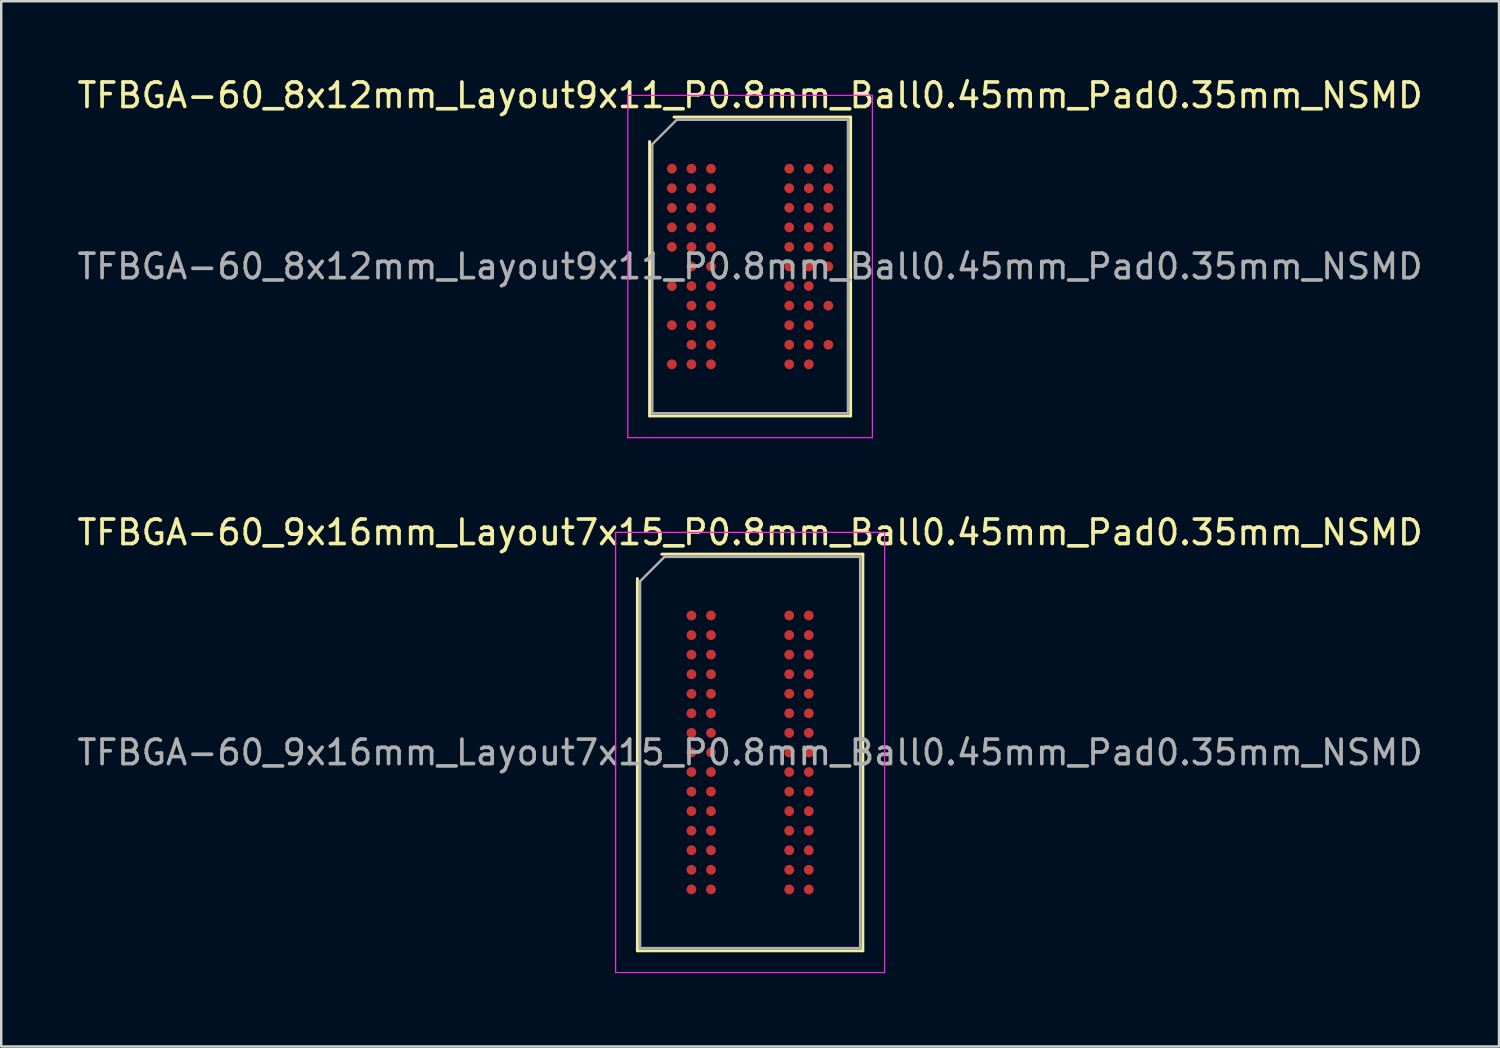
<source format=kicad_pcb>
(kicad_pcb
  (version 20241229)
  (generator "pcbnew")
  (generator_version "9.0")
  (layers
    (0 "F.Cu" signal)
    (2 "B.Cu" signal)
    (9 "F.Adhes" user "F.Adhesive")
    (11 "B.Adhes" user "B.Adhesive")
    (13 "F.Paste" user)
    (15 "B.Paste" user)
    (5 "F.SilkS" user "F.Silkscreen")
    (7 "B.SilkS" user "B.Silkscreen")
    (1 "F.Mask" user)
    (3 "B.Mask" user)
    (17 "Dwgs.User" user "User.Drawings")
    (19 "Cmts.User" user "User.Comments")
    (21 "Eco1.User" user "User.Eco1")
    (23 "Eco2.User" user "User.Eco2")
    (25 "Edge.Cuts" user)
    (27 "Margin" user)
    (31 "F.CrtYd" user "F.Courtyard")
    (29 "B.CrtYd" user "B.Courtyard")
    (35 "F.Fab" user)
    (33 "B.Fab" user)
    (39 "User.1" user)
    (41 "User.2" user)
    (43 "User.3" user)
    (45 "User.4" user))
  (footprint "TFBGA-60_9x16mm_Layout7x15_P0.8mm_Ball0.45mm_Pad0.35mm_NSMD"
    (layer "F.Cu")
    (at 27.625 27.721)
    (property "Reference" "TFBGA-60_9x16mm_Layout7x15_P0.8mm_Ball0.45mm_Pad0.35mm_NSMD" (at 0 -9 0) (layer "F.SilkS") (effects (font (size 1 1) (thickness 0.15))))
    (attr smd)
    (fp_line (start -4.61 8.11) (end -4.61 -7.11) (stroke (width 0.12) (type solid)) (layer "F.SilkS"))
    (fp_line (start -3.61 -8.11) (end 4.61 -8.11) (stroke (width 0.12) (type solid)) (layer "F.SilkS"))
    (fp_line (start 4.61 -8.11) (end 4.61 8.11) (stroke (width 0.12) (type solid)) (layer "F.SilkS"))
    (fp_line (start 4.61 8.11) (end -4.61 8.11) (stroke (width 0.12) (type solid)) (layer "F.SilkS"))
    (fp_line (start -5.5 -9) (end -5.5 9) (stroke (width 0.05) (type solid)) (layer "F.CrtYd"))
    (fp_line (start -5.5 9) (end 5.5 9) (stroke (width 0.05) (type solid)) (layer "F.CrtYd"))
    (fp_line (start 5.5 -9) (end -5.5 -9) (stroke (width 0.05) (type solid)) (layer "F.CrtYd"))
    (fp_line (start 5.5 9) (end 5.5 -9) (stroke (width 0.05) (type solid)) (layer "F.CrtYd"))
    (fp_line (start -4.5 -7) (end -3.5 -8) (stroke (width 0.1) (type solid)) (layer "F.Fab"))
    (fp_line (start -4.5 8) (end -4.5 -7) (stroke (width 0.1) (type solid)) (layer "F.Fab"))
    (fp_line (start -3.5 -8) (end 4.5 -8) (stroke (width 0.1) (type solid)) (layer "F.Fab"))
    (fp_line (start 4.5 -8) (end 4.5 8) (stroke (width 0.1) (type solid)) (layer "F.Fab"))
    (fp_line (start 4.5 8) (end -4.5 8) (stroke (width 0.1) (type solid)) (layer "F.Fab"))
    (fp_text user "${REFERENCE}" (at 0 0 0) (layer "F.Fab") (effects (font (size 1 1) (thickness 0.15))))
    (pad "A1" smd circle (at -2.4 -5.6) (size 0.4 0.4) (layers "F.Cu" "F.Mask" "F.Paste"))
    (pad "A2" smd circle (at -1.6 -5.6) (size 0.4 0.4) (layers "F.Cu" "F.Mask" "F.Paste"))
    (pad "A6" smd circle (at 1.6 -5.6) (size 0.4 0.4) (layers "F.Cu" "F.Mask" "F.Paste"))
    (pad "A7" smd circle (at 2.4 -5.6) (size 0.4 0.4) (layers "F.Cu" "F.Mask" "F.Paste"))
    (pad "B1" smd circle (at -2.4 -4.8) (size 0.4 0.4) (layers "F.Cu" "F.Mask" "F.Paste"))
    (pad "B2" smd circle (at -1.6 -4.8) (size 0.4 0.4) (layers "F.Cu" "F.Mask" "F.Paste"))
    (pad "B6" smd circle (at 1.6 -4.8) (size 0.4 0.4) (layers "F.Cu" "F.Mask" "F.Paste"))
    (pad "B7" smd circle (at 2.4 -4.8) (size 0.4 0.4) (layers "F.Cu" "F.Mask" "F.Paste"))
    (pad "C1" smd circle (at -2.4 -4) (size 0.4 0.4) (layers "F.Cu" "F.Mask" "F.Paste"))
    (pad "C2" smd circle (at -1.6 -4) (size 0.4 0.4) (layers "F.Cu" "F.Mask" "F.Paste"))
    (pad "C6" smd circle (at 1.6 -4) (size 0.4 0.4) (layers "F.Cu" "F.Mask" "F.Paste"))
    (pad "C7" smd circle (at 2.4 -4) (size 0.4 0.4) (layers "F.Cu" "F.Mask" "F.Paste"))
    (pad "D1" smd circle (at -2.4 -3.2) (size 0.4 0.4) (layers "F.Cu" "F.Mask" "F.Paste"))
    (pad "D2" smd circle (at -1.6 -3.2) (size 0.4 0.4) (layers "F.Cu" "F.Mask" "F.Paste"))
    (pad "D6" smd circle (at 1.6 -3.2) (size 0.4 0.4) (layers "F.Cu" "F.Mask" "F.Paste"))
    (pad "D7" smd circle (at 2.4 -3.2) (size 0.4 0.4) (layers "F.Cu" "F.Mask" "F.Paste"))
    (pad "E1" smd circle (at -2.4 -2.4) (size 0.4 0.4) (layers "F.Cu" "F.Mask" "F.Paste"))
    (pad "E2" smd circle (at -1.6 -2.4) (size 0.4 0.4) (layers "F.Cu" "F.Mask" "F.Paste"))
    (pad "E6" smd circle (at 1.6 -2.4) (size 0.4 0.4) (layers "F.Cu" "F.Mask" "F.Paste"))
    (pad "E7" smd circle (at 2.4 -2.4) (size 0.4 0.4) (layers "F.Cu" "F.Mask" "F.Paste"))
    (pad "F1" smd circle (at -2.4 -1.6) (size 0.4 0.4) (layers "F.Cu" "F.Mask" "F.Paste"))
    (pad "F2" smd circle (at -1.6 -1.6) (size 0.4 0.4) (layers "F.Cu" "F.Mask" "F.Paste"))
    (pad "F6" smd circle (at 1.6 -1.6) (size 0.4 0.4) (layers "F.Cu" "F.Mask" "F.Paste"))
    (pad "F7" smd circle (at 2.4 -1.6) (size 0.4 0.4) (layers "F.Cu" "F.Mask" "F.Paste"))
    (pad "G1" smd circle (at -2.4 -0.8) (size 0.4 0.4) (layers "F.Cu" "F.Mask" "F.Paste"))
    (pad "G2" smd circle (at -1.6 -0.8) (size 0.4 0.4) (layers "F.Cu" "F.Mask" "F.Paste"))
    (pad "G6" smd circle (at 1.6 -0.8) (size 0.4 0.4) (layers "F.Cu" "F.Mask" "F.Paste"))
    (pad "G7" smd circle (at 2.4 -0.8) (size 0.4 0.4) (layers "F.Cu" "F.Mask" "F.Paste"))
    (pad "H1" smd circle (at -2.4 0) (size 0.4 0.4) (layers "F.Cu" "F.Mask" "F.Paste"))
    (pad "H2" smd circle (at -1.6 0) (size 0.4 0.4) (layers "F.Cu" "F.Mask" "F.Paste"))
    (pad "H6" smd circle (at 1.6 0) (size 0.4 0.4) (layers "F.Cu" "F.Mask" "F.Paste"))
    (pad "H7" smd circle (at 2.4 0) (size 0.4 0.4) (layers "F.Cu" "F.Mask" "F.Paste"))
    (pad "J1" smd circle (at -2.4 0.8) (size 0.4 0.4) (layers "F.Cu" "F.Mask" "F.Paste"))
    (pad "J2" smd circle (at -1.6 0.8) (size 0.4 0.4) (layers "F.Cu" "F.Mask" "F.Paste"))
    (pad "J6" smd circle (at 1.6 0.8) (size 0.4 0.4) (layers "F.Cu" "F.Mask" "F.Paste"))
    (pad "J7" smd circle (at 2.4 0.8) (size 0.4 0.4) (layers "F.Cu" "F.Mask" "F.Paste"))
    (pad "K1" smd circle (at -2.4 1.6) (size 0.4 0.4) (layers "F.Cu" "F.Mask" "F.Paste"))
    (pad "K2" smd circle (at -1.6 1.6) (size 0.4 0.4) (layers "F.Cu" "F.Mask" "F.Paste"))
    (pad "K6" smd circle (at 1.6 1.6) (size 0.4 0.4) (layers "F.Cu" "F.Mask" "F.Paste"))
    (pad "K7" smd circle (at 2.4 1.6) (size 0.4 0.4) (layers "F.Cu" "F.Mask" "F.Paste"))
    (pad "L1" smd circle (at -2.4 2.4) (size 0.4 0.4) (layers "F.Cu" "F.Mask" "F.Paste"))
    (pad "L2" smd circle (at -1.6 2.4) (size 0.4 0.4) (layers "F.Cu" "F.Mask" "F.Paste"))
    (pad "L6" smd circle (at 1.6 2.4) (size 0.4 0.4) (layers "F.Cu" "F.Mask" "F.Paste"))
    (pad "L7" smd circle (at 2.4 2.4) (size 0.4 0.4) (layers "F.Cu" "F.Mask" "F.Paste"))
    (pad "M1" smd circle (at -2.4 3.2) (size 0.4 0.4) (layers "F.Cu" "F.Mask" "F.Paste"))
    (pad "M2" smd circle (at -1.6 3.2) (size 0.4 0.4) (layers "F.Cu" "F.Mask" "F.Paste"))
    (pad "M6" smd circle (at 1.6 3.2) (size 0.4 0.4) (layers "F.Cu" "F.Mask" "F.Paste"))
    (pad "M7" smd circle (at 2.4 3.2) (size 0.4 0.4) (layers "F.Cu" "F.Mask" "F.Paste"))
    (pad "N1" smd circle (at -2.4 4) (size 0.4 0.4) (layers "F.Cu" "F.Mask" "F.Paste"))
    (pad "N2" smd circle (at -1.6 4) (size 0.4 0.4) (layers "F.Cu" "F.Mask" "F.Paste"))
    (pad "N6" smd circle (at 1.6 4) (size 0.4 0.4) (layers "F.Cu" "F.Mask" "F.Paste"))
    (pad "N7" smd circle (at 2.4 4) (size 0.4 0.4) (layers "F.Cu" "F.Mask" "F.Paste"))
    (pad "P1" smd circle (at -2.4 4.8) (size 0.4 0.4) (layers "F.Cu" "F.Mask" "F.Paste"))
    (pad "P2" smd circle (at -1.6 4.8) (size 0.4 0.4) (layers "F.Cu" "F.Mask" "F.Paste"))
    (pad "P6" smd circle (at 1.6 4.8) (size 0.4 0.4) (layers "F.Cu" "F.Mask" "F.Paste"))
    (pad "P7" smd circle (at 2.4 4.8) (size 0.4 0.4) (layers "F.Cu" "F.Mask" "F.Paste"))
    (pad "R1" smd circle (at -2.4 5.6) (size 0.4 0.4) (layers "F.Cu" "F.Mask" "F.Paste"))
    (pad "R2" smd circle (at -1.6 5.6) (size 0.4 0.4) (layers "F.Cu" "F.Mask" "F.Paste"))
    (pad "R6" smd circle (at 1.6 5.6) (size 0.4 0.4) (layers "F.Cu" "F.Mask" "F.Paste"))
    (pad "R7" smd circle (at 2.4 5.6) (size 0.4 0.4) (layers "F.Cu" "F.Mask" "F.Paste")))
  (footprint "TFBGA-60_8x12mm_Layout9x11_P0.8mm_Ball0.45mm_Pad0.35mm_NSMD"
    (layer "F.Cu")
    (at 27.625 7.848)
    (property "Reference" "TFBGA-60_8x12mm_Layout9x11_P0.8mm_Ball0.45mm_Pad0.35mm_NSMD" (at 0 -7 0) (layer "F.SilkS") (effects (font (size 1 1) (thickness 0.15))))
    (attr smd)
    (fp_line (start -4.11 6.11) (end -4.11 -5.11) (stroke (width 0.12) (type solid)) (layer "F.SilkS"))
    (fp_line (start -3.11 -6.11) (end 4.11 -6.11) (stroke (width 0.12) (type solid)) (layer "F.SilkS"))
    (fp_line (start 4.11 -6.11) (end 4.11 6.11) (stroke (width 0.12) (type solid)) (layer "F.SilkS"))
    (fp_line (start 4.11 6.11) (end -4.11 6.11) (stroke (width 0.12) (type solid)) (layer "F.SilkS"))
    (fp_line (start -5 -7) (end -5 7) (stroke (width 0.05) (type solid)) (layer "F.CrtYd"))
    (fp_line (start -5 7) (end 5 7) (stroke (width 0.05) (type solid)) (layer "F.CrtYd"))
    (fp_line (start 5 -7) (end -5 -7) (stroke (width 0.05) (type solid)) (layer "F.CrtYd"))
    (fp_line (start 5 7) (end 5 -7) (stroke (width 0.05) (type solid)) (layer "F.CrtYd"))
    (fp_line (start -4 -5) (end -3 -6) (stroke (width 0.1) (type solid)) (layer "F.Fab"))
    (fp_line (start -4 6) (end -4 -5) (stroke (width 0.1) (type solid)) (layer "F.Fab"))
    (fp_line (start -3 -6) (end 4 -6) (stroke (width 0.1) (type solid)) (layer "F.Fab"))
    (fp_line (start 4 -6) (end 4 6) (stroke (width 0.1) (type solid)) (layer "F.Fab"))
    (fp_line (start 4 6) (end -4 6) (stroke (width 0.1) (type solid)) (layer "F.Fab"))
    (fp_text user "${REFERENCE}" (at 0 0 0) (layer "F.Fab") (effects (font (size 1 1) (thickness 0.15))))
    (pad "A1" smd circle (at -3.2 -4) (size 0.4 0.4) (layers "F.Cu" "F.Mask" "F.Paste"))
    (pad "A2" smd circle (at -2.4 -4) (size 0.4 0.4) (layers "F.Cu" "F.Mask" "F.Paste"))
    (pad "A3" smd circle (at -1.6 -4) (size 0.4 0.4) (layers "F.Cu" "F.Mask" "F.Paste"))
    (pad "A7" smd circle (at 1.6 -4) (size 0.4 0.4) (layers "F.Cu" "F.Mask" "F.Paste"))
    (pad "A8" smd circle (at 2.4 -4) (size 0.4 0.4) (layers "F.Cu" "F.Mask" "F.Paste"))
    (pad "A9" smd circle (at 3.2 -4) (size 0.4 0.4) (layers "F.Cu" "F.Mask" "F.Paste"))
    (pad "B1" smd circle (at -3.2 -3.2) (size 0.4 0.4) (layers "F.Cu" "F.Mask" "F.Paste"))
    (pad "B2" smd circle (at -2.4 -3.2) (size 0.4 0.4) (layers "F.Cu" "F.Mask" "F.Paste"))
    (pad "B3" smd circle (at -1.6 -3.2) (size 0.4 0.4) (layers "F.Cu" "F.Mask" "F.Paste"))
    (pad "B7" smd circle (at 1.6 -3.2) (size 0.4 0.4) (layers "F.Cu" "F.Mask" "F.Paste"))
    (pad "B8" smd circle (at 2.4 -3.2) (size 0.4 0.4) (layers "F.Cu" "F.Mask" "F.Paste"))
    (pad "B9" smd circle (at 3.2 -3.2) (size 0.4 0.4) (layers "F.Cu" "F.Mask" "F.Paste"))
    (pad "C1" smd circle (at -3.2 -2.4) (size 0.4 0.4) (layers "F.Cu" "F.Mask" "F.Paste"))
    (pad "C2" smd circle (at -2.4 -2.4) (size 0.4 0.4) (layers "F.Cu" "F.Mask" "F.Paste"))
    (pad "C3" smd circle (at -1.6 -2.4) (size 0.4 0.4) (layers "F.Cu" "F.Mask" "F.Paste"))
    (pad "C7" smd circle (at 1.6 -2.4) (size 0.4 0.4) (layers "F.Cu" "F.Mask" "F.Paste"))
    (pad "C8" smd circle (at 2.4 -2.4) (size 0.4 0.4) (layers "F.Cu" "F.Mask" "F.Paste"))
    (pad "C9" smd circle (at 3.2 -2.4) (size 0.4 0.4) (layers "F.Cu" "F.Mask" "F.Paste"))
    (pad "D1" smd circle (at -3.2 -1.6) (size 0.4 0.4) (layers "F.Cu" "F.Mask" "F.Paste"))
    (pad "D2" smd circle (at -2.4 -1.6) (size 0.4 0.4) (layers "F.Cu" "F.Mask" "F.Paste"))
    (pad "D3" smd circle (at -1.6 -1.6) (size 0.4 0.4) (layers "F.Cu" "F.Mask" "F.Paste"))
    (pad "D7" smd circle (at 1.6 -1.6) (size 0.4 0.4) (layers "F.Cu" "F.Mask" "F.Paste"))
    (pad "D8" smd circle (at 2.4 -1.6) (size 0.4 0.4) (layers "F.Cu" "F.Mask" "F.Paste"))
    (pad "D9" smd circle (at 3.2 -1.6) (size 0.4 0.4) (layers "F.Cu" "F.Mask" "F.Paste"))
    (pad "E1" smd circle (at -3.2 -0.8) (size 0.4 0.4) (layers "F.Cu" "F.Mask" "F.Paste"))
    (pad "E2" smd circle (at -2.4 -0.8) (size 0.4 0.4) (layers "F.Cu" "F.Mask" "F.Paste"))
    (pad "E3" smd circle (at -1.6 -0.8) (size 0.4 0.4) (layers "F.Cu" "F.Mask" "F.Paste"))
    (pad "E7" smd circle (at 1.6 -0.8) (size 0.4 0.4) (layers "F.Cu" "F.Mask" "F.Paste"))
    (pad "E8" smd circle (at 2.4 -0.8) (size 0.4 0.4) (layers "F.Cu" "F.Mask" "F.Paste"))
    (pad "E9" smd circle (at 3.2 -0.8) (size 0.4 0.4) (layers "F.Cu" "F.Mask" "F.Paste"))
    (pad "F2" smd circle (at -2.4 0) (size 0.4 0.4) (layers "F.Cu" "F.Mask" "F.Paste"))
    (pad "F3" smd circle (at -1.6 0) (size 0.4 0.4) (layers "F.Cu" "F.Mask" "F.Paste"))
    (pad "F7" smd circle (at 1.6 0) (size 0.4 0.4) (layers "F.Cu" "F.Mask" "F.Paste"))
    (pad "F8" smd circle (at 2.4 0) (size 0.4 0.4) (layers "F.Cu" "F.Mask" "F.Paste"))
    (pad "F9" smd circle (at 3.2 0) (size 0.4 0.4) (layers "F.Cu" "F.Mask" "F.Paste"))
    (pad "G1" smd circle (at -3.2 0.8) (size 0.4 0.4) (layers "F.Cu" "F.Mask" "F.Paste"))
    (pad "G2" smd circle (at -2.4 0.8) (size 0.4 0.4) (layers "F.Cu" "F.Mask" "F.Paste"))
    (pad "G3" smd circle (at -1.6 0.8) (size 0.4 0.4) (layers "F.Cu" "F.Mask" "F.Paste"))
    (pad "G7" smd circle (at 1.6 0.8) (size 0.4 0.4) (layers "F.Cu" "F.Mask" "F.Paste"))
    (pad "G8" smd circle (at 2.4 0.8) (size 0.4 0.4) (layers "F.Cu" "F.Mask" "F.Paste"))
    (pad "H2" smd circle (at -2.4 1.6) (size 0.4 0.4) (layers "F.Cu" "F.Mask" "F.Paste"))
    (pad "H3" smd circle (at -1.6 1.6) (size 0.4 0.4) (layers "F.Cu" "F.Mask" "F.Paste"))
    (pad "H7" smd circle (at 1.6 1.6) (size 0.4 0.4) (layers "F.Cu" "F.Mask" "F.Paste"))
    (pad "H8" smd circle (at 2.4 1.6) (size 0.4 0.4) (layers "F.Cu" "F.Mask" "F.Paste"))
    (pad "H9" smd circle (at 3.2 1.6) (size 0.4 0.4) (layers "F.Cu" "F.Mask" "F.Paste"))
    (pad "J1" smd circle (at -3.2 2.4) (size 0.4 0.4) (layers "F.Cu" "F.Mask" "F.Paste"))
    (pad "J2" smd circle (at -2.4 2.4) (size 0.4 0.4) (layers "F.Cu" "F.Mask" "F.Paste"))
    (pad "J3" smd circle (at -1.6 2.4) (size 0.4 0.4) (layers "F.Cu" "F.Mask" "F.Paste"))
    (pad "J7" smd circle (at 1.6 2.4) (size 0.4 0.4) (layers "F.Cu" "F.Mask" "F.Paste"))
    (pad "J8" smd circle (at 2.4 2.4) (size 0.4 0.4) (layers "F.Cu" "F.Mask" "F.Paste"))
    (pad "K2" smd circle (at -2.4 3.2) (size 0.4 0.4) (layers "F.Cu" "F.Mask" "F.Paste"))
    (pad "K3" smd circle (at -1.6 3.2) (size 0.4 0.4) (layers "F.Cu" "F.Mask" "F.Paste"))
    (pad "K7" smd circle (at 1.6 3.2) (size 0.4 0.4) (layers "F.Cu" "F.Mask" "F.Paste"))
    (pad "K8" smd circle (at 2.4 3.2) (size 0.4 0.4) (layers "F.Cu" "F.Mask" "F.Paste"))
    (pad "K9" smd circle (at 3.2 3.2) (size 0.4 0.4) (layers "F.Cu" "F.Mask" "F.Paste"))
    (pad "L1" smd circle (at -3.2 4) (size 0.4 0.4) (layers "F.Cu" "F.Mask" "F.Paste"))
    (pad "L2" smd circle (at -2.4 4) (size 0.4 0.4) (layers "F.Cu" "F.Mask" "F.Paste"))
    (pad "L3" smd circle (at -1.6 4) (size 0.4 0.4) (layers "F.Cu" "F.Mask" "F.Paste"))
    (pad "L7" smd circle (at 1.6 4) (size 0.4 0.4) (layers "F.Cu" "F.Mask" "F.Paste"))
    (pad "L8" smd circle (at 2.4 4) (size 0.4 0.4) (layers "F.Cu" "F.Mask" "F.Paste")))
  (gr_rect
    (start -3 -3)
    (end 58.25 39.746)
    (stroke (width 0.1) (type default))
    (fill no)
    (layer "Edge.Cuts")))
</source>
